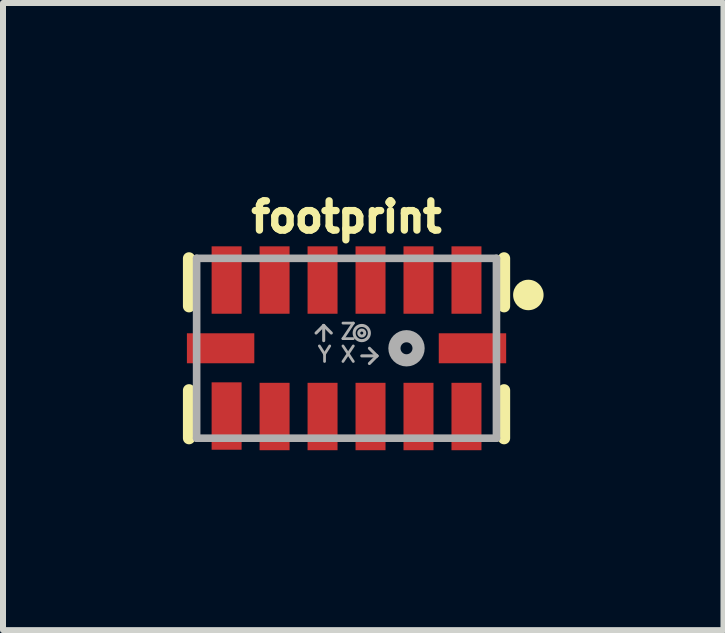
<source format=kicad_pcb>
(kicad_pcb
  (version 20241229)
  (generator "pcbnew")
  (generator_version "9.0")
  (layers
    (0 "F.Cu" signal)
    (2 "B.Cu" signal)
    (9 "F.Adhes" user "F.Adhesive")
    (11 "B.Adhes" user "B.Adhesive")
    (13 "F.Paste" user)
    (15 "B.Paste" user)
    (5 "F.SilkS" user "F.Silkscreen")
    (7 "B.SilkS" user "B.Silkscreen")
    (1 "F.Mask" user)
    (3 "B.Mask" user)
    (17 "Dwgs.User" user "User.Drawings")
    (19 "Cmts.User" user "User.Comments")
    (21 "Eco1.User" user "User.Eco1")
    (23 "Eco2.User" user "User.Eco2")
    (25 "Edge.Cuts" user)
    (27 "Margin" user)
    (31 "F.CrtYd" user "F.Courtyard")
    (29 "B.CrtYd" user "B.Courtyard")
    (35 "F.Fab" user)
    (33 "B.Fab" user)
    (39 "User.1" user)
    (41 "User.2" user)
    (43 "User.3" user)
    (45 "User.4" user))
  (footprint "footprint"
    (layer "F.Cu")
    (at 2.729 2.758)
    (property "Reference" "footprint" (at 0 -1.905 0) (layer "F.SilkS") (effects (font (size 0.488 0.488) (thickness 0.122)) (justify bottom)))
    (fp_line (start -2.627 -0.7) (end -2.627 -1.5) (stroke (width 0.203) (type solid)) (layer "F.SilkS"))
    (fp_line (start -2.627 1.5) (end -2.627 0.7) (stroke (width 0.203) (type solid)) (layer "F.SilkS"))
    (fp_line (start 2.627 -1.5) (end 2.627 -0.7) (stroke (width 0.203) (type solid)) (layer "F.SilkS"))
    (fp_line (start 2.627 0.7) (end 2.627 1.5) (stroke (width 0.203) (type solid)) (layer "F.SilkS"))
    (fp_circle (center 3.032 -0.889) (end 3.159 -0.889) (stroke (width 0.254) (type solid)) (fill yes) (layer "F.SilkS"))
    (fp_line (start -2.5 -1.5) (end -2.5 1.5) (stroke (width 0.127) (type solid)) (layer "F.Fab"))
    (fp_line (start -2.5 1.5) (end 2.5 1.5) (stroke (width 0.127) (type solid)) (layer "F.Fab"))
    (fp_line (start -0.381 -0.381) (end -0.508 -0.254) (stroke (width 0.051) (type solid)) (layer "F.Fab"))
    (fp_line (start -0.381 -0.381) (end -0.254 -0.254) (stroke (width 0.051) (type solid)) (layer "F.Fab"))
    (fp_line (start -0.381 -0.127) (end -0.381 -0.381) (stroke (width 0.051) (type solid)) (layer "F.Fab"))
    (fp_line (start 0.254 0.127) (end 0.508 0.127) (stroke (width 0.051) (type solid)) (layer "F.Fab"))
    (fp_line (start 0.508 0.127) (end 0.381 0) (stroke (width 0.051) (type solid)) (layer "F.Fab"))
    (fp_line (start 0.508 0.127) (end 0.381 0.254) (stroke (width 0.051) (type solid)) (layer "F.Fab"))
    (fp_line (start 2.5 -1.5) (end -2.5 -1.5) (stroke (width 0.127) (type solid)) (layer "F.Fab"))
    (fp_line (start 2.5 1.5) (end 2.5 -1.5) (stroke (width 0.127) (type solid)) (layer "F.Fab"))
    (fp_circle (center 0.254 -0.254) (end 0.279 -0.254) (stroke (width 0.051) (type solid)) (fill no) (layer "F.Fab"))
    (fp_circle (center 0.254 -0.254) (end 0.381 -0.254) (stroke (width 0.051) (type solid)) (fill no) (layer "F.Fab"))
    (fp_circle (center 1 0) (end 1.1 0) (stroke (width 0.203) (type solid)) (fill no) (layer "F.Fab"))
    (fp_text user "Z" (at -0.127 -0.127 0) (layer "F.Fab") (effects (font (size 0.259 0.259) (thickness 0.046)) (justify left bottom)))
    (fp_text user "Y" (at -0.508 0.254 0) (layer "F.Fab") (effects (font (size 0.259 0.259) (thickness 0.046)) (justify left bottom)))
    (fp_text user "X" (at -0.127 0.254 0) (layer "F.Fab") (effects (font (size 0.259 0.259) (thickness 0.046)) (justify left bottom)))
    (pad "1" smd rect (at 2 -1.138) (size 0.5 1.124) (layers "F.Cu" "F.Mask" "F.Paste"))
    (pad "2" smd rect (at 1.2 -1.138 180) (size 0.5 1.124) (layers "F.Cu" "F.Mask" "F.Paste"))
    (pad "3" smd rect (at 0.4 -1.138 180) (size 0.5 1.124) (layers "F.Cu" "F.Mask" "F.Paste"))
    (pad "4" smd rect (at -0.4 -1.138 180) (size 0.5 1.124) (layers "F.Cu" "F.Mask" "F.Paste"))
    (pad "5" smd rect (at -1.2 -1.138 180) (size 0.5 1.124) (layers "F.Cu" "F.Mask" "F.Paste"))
    (pad "6" smd rect (at -2 -1.138 180) (size 0.5 1.124) (layers "F.Cu" "F.Mask" "F.Paste"))
    (pad "7" smd rect (at -2.1 0 270) (size 0.5 1.124) (layers "F.Cu" "F.Mask" "F.Paste"))
    (pad "8" smd rect (at -2 1.13 180) (size 0.5 1.124) (layers "F.Cu" "F.Mask" "F.Paste"))
    (pad "9" smd rect (at -1.2 1.138 180) (size 0.5 1.124) (layers "F.Cu" "F.Mask" "F.Paste"))
    (pad "10" smd rect (at -0.4 1.138) (size 0.5 1.124) (layers "F.Cu" "F.Mask" "F.Paste"))
    (pad "11" smd rect (at 0.4 1.138) (size 0.5 1.124) (layers "F.Cu" "F.Mask" "F.Paste"))
    (pad "12" smd rect (at 1.2 1.138) (size 0.5 1.124) (layers "F.Cu" "F.Mask" "F.Paste"))
    (pad "13" smd rect (at 2 1.138) (size 0.5 1.124) (layers "F.Cu" "F.Mask" "F.Paste"))
    (pad "14" smd rect (at 2.1 0 90) (size 0.5 1.124) (layers "F.Cu" "F.Mask" "F.Paste"))
    (zone (net_name "") (layer "F.Cu") (hatch edge 0.508) (connect_pads) (min_thickness 0.254) (filled_areas_thickness no) (keepout (tracks not_allowed) (vias not_allowed) (pads not_allowed) (copperpour not_allowed) (footprints allowed)) (placement (enabled no)) (fill) (polygon (pts (xy 1.89 2.276) (xy 1.967 2.276) (xy 1.967 1.082) (xy 1.89 1.082)))))
  (gr_rect
    (start -3 -3)
    (end 9.015 7.458)
    (stroke (width 0.1) (type default))
    (fill no)
    (layer "Edge.Cuts")))
</source>
